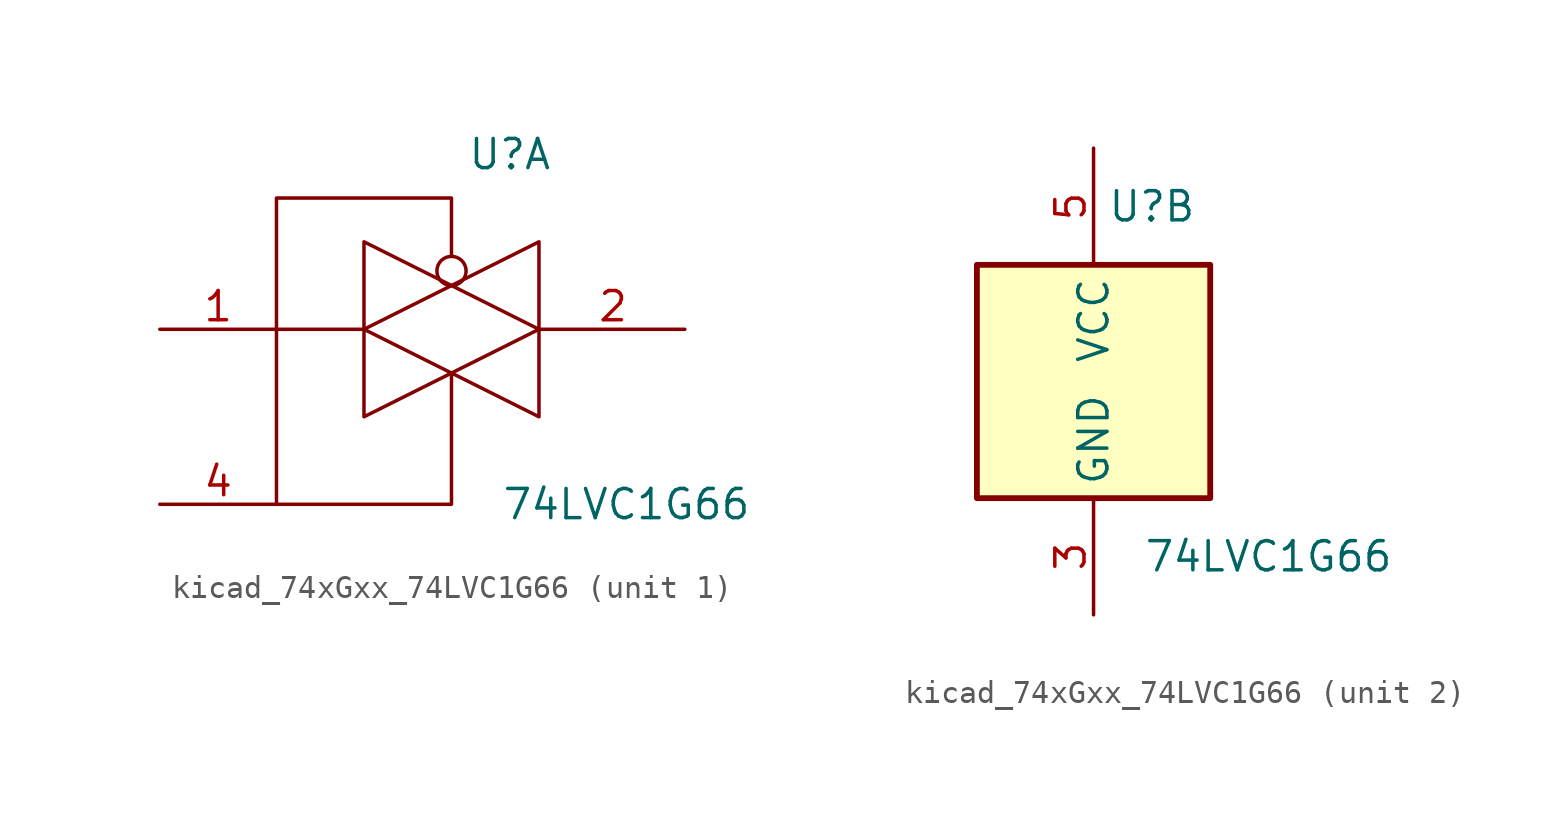
<source format=kicad_sym>
(kicad_symbol_lib
  (version 20220914)
  (generator kicad_symbol_editor)
  (symbol "kicad_74xGxx_74LVC1G66"
    (property "Reference" "U"
      (at 2.54 7.62 0)
      (effects (font (size 1.27 1.27))))
    (property "Value" "74LVC1G66"
      (at 7.62 -7.62 0)
      (effects (font (size 1.27 1.27))))
    (property "ki_locked" ""
      (at 0 0 0)
      (effects (font (size 1.27 1.27))))
    (symbol "kicad_74xGxx_74LVC1G66_1_1"
      (polyline (pts (xy -7.62 0) (xy -3.81 0)) (stroke (width 0.152) (type default)) (fill (type none)))
      (polyline (pts (xy -7.62 -7.62) (xy 0 -7.62) (xy 0 -1.905)) (stroke (width 0.152) (type default)) (fill (type none)))
      (polyline (pts (xy -7.62 -7.62) (xy -7.62 5.715) (xy 0 5.715) (xy 0 3.175)) (stroke (width 0.152) (type default)) (fill (type none)))
      (polyline (pts (xy -3.81 0) (xy 3.81 3.81) (xy 3.81 -3.81) (xy -3.81 0)) (stroke (width 0.152) (type default)) (fill (type none)))
      (polyline (pts (xy -3.81 3.81) (xy -3.81 -3.81) (xy 3.81 0) (xy -3.81 3.81)) (stroke (width 0.152) (type default)) (fill (type none)))
      (circle (center 0 2.54) (radius 0.635) (stroke (width 0.152) (type default)) (fill (type none)))
      (pin bidirectional line (at -12.7 0 0) (length 5.08) (name "~" (effects (font (size 1.27 1.27)))) (number "1" (effects (font (size 1.27 1.27)))))
      (pin bidirectional line (at 10.16 0 180) (length 6.25) (name "~" (effects (font (size 1.27 1.27)))) (number "2" (effects (font (size 1.27 1.27)))))
      (pin input line (at -12.7 -7.62 0) (length 5.08) (name "~" (effects (font (size 1.27 1.27)))) (number "4" (effects (font (size 1.27 1.27))))))
    (symbol "kicad_74xGxx_74LVC1G66_2_1"
      (rectangle (start -5.08 5.08) (end 5.08 -5.08) (stroke (width 0.254) (type default)) (fill (type background)))
      (pin power_in line (at 0 -10.16 90) (length 5.08) (name "GND" (effects (font (size 1.27 1.27)))) (number "3" (effects (font (size 1.27 1.27)))))
      (pin power_in line (at 0 10.16 270) (length 5.08) (name "VCC" (effects (font (size 1.27 1.27)))) (number "5" (effects (font (size 1.27 1.27))))))))
</source>
